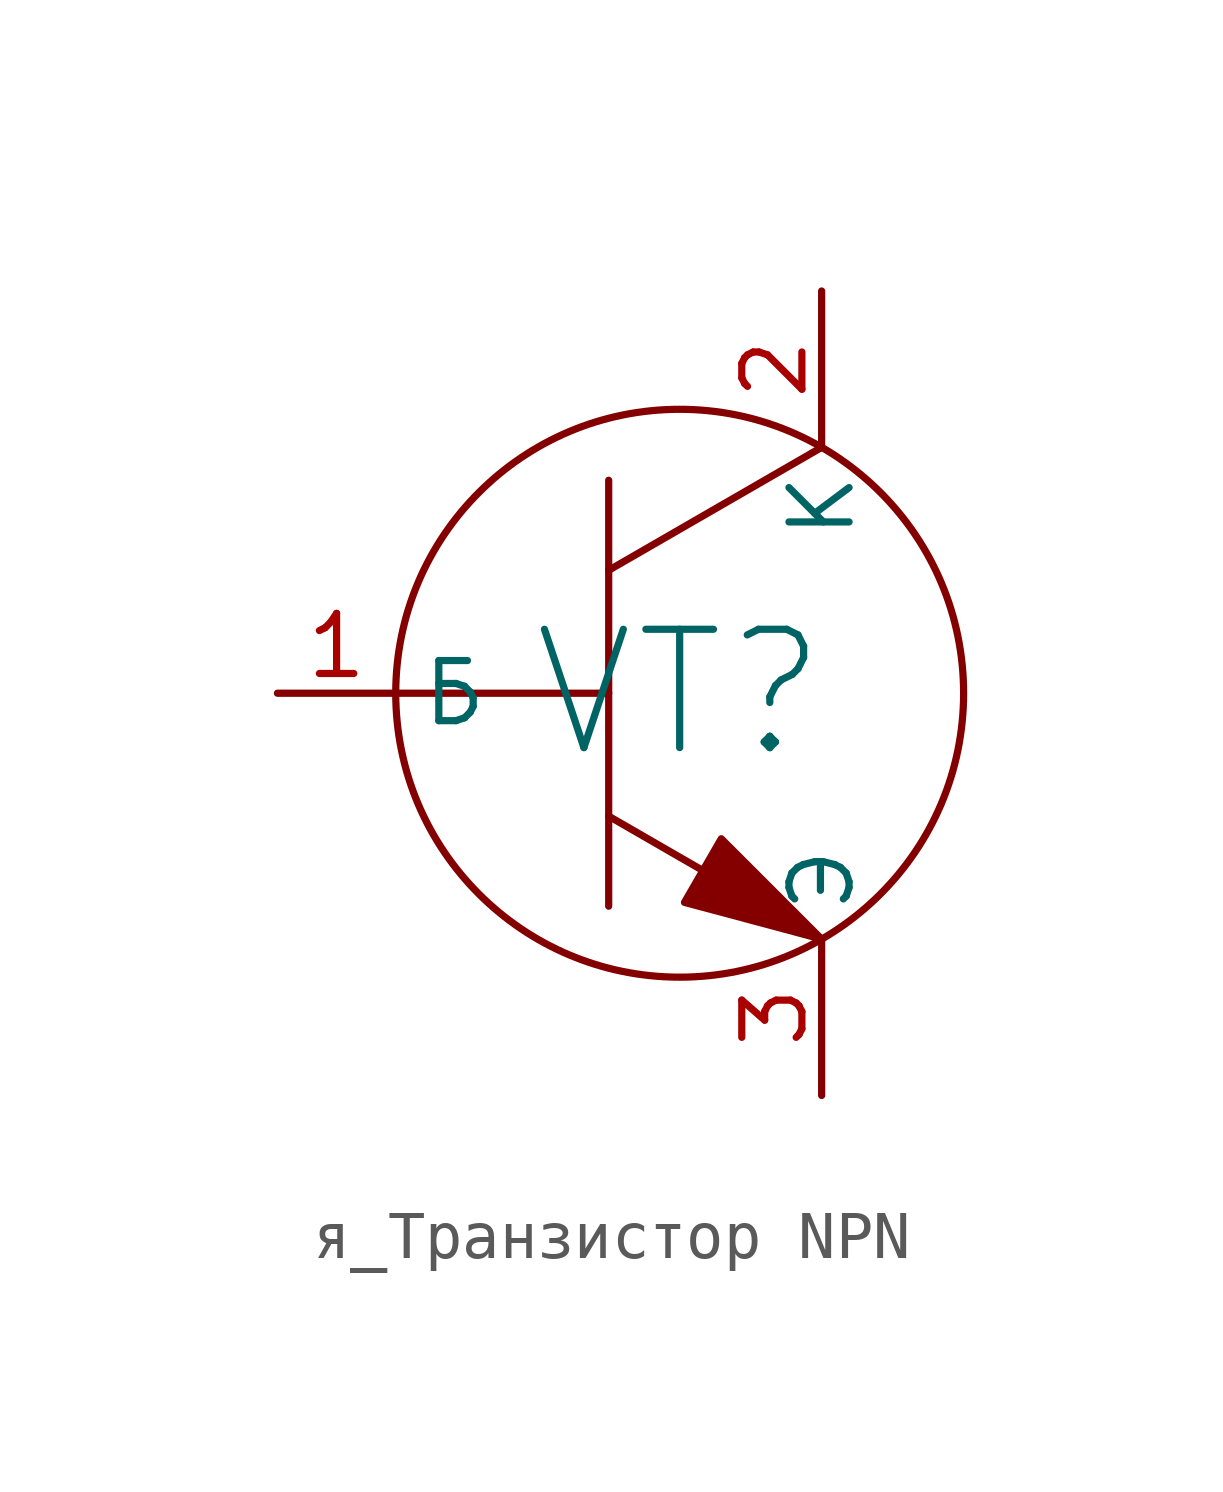
<source format=kicad_sym>
(kicad_symbol_lib
  (version 20220914)
  (generator kicad_symbol_editor)
  (symbol "я_Транзистор NPN"
    (property "Reference" "VT"
      (at 0 0 0)
      (effects (font (size 2.5 2.5))))
    (property "Value" ""
      (at 0 0 0)
      (effects (font (size 1.27 1.27))))
    (symbol "я_Транзистор NPN_0_1"
      (polyline (pts (xy -6 0) (xy -1.5 0)) (stroke (width 0) (type default)) (fill (type none)))
      (polyline (pts (xy -1.5 -2.598) (xy 3 -5.196)) (stroke (width 0) (type default)) (fill (type none)))
      (polyline (pts (xy -1.5 2.598) (xy 3 5.196)) (stroke (width 0) (type default)) (fill (type none)))
      (polyline (pts (xy -1.5 4.5) (xy -1.5 -4.5)) (stroke (width 0) (type default)) (fill (type none)))
      (polyline (pts (xy 3 -5.196) (xy 0.102 -4.42) (xy 0.879 -3.075) (xy 3 -5.196)) (stroke (width 0) (type default)) (fill (type outline)))
      (circle (center 0 0) (radius 6) (stroke (width 0) (type default)) (fill (type none))))
    (symbol "я_Транзистор NPN_1_1"
      (pin input line (at -8.5 0 0) (length 2.5) (name "Б" (effects (font (size 1.27 1.27)))) (number "1" (effects (font (size 1.27 1.27)))))
      (pin input line (at 3 8.5 270) (length 3.304) (name "K" (effects (font (size 1.27 1.27)))) (number "2" (effects (font (size 1.27 1.27)))))
      (pin input line (at 3 -8.5 90) (length 3.304) (name "Э" (effects (font (size 1.27 1.27)))) (number "3" (effects (font (size 1.27 1.27))))))))
</source>
